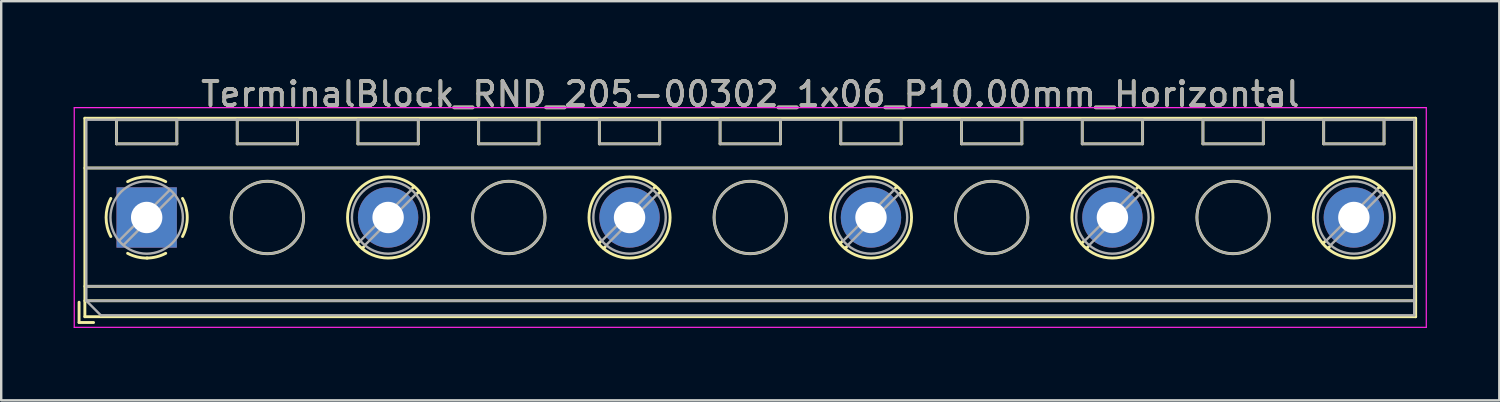
<source format=kicad_pcb>
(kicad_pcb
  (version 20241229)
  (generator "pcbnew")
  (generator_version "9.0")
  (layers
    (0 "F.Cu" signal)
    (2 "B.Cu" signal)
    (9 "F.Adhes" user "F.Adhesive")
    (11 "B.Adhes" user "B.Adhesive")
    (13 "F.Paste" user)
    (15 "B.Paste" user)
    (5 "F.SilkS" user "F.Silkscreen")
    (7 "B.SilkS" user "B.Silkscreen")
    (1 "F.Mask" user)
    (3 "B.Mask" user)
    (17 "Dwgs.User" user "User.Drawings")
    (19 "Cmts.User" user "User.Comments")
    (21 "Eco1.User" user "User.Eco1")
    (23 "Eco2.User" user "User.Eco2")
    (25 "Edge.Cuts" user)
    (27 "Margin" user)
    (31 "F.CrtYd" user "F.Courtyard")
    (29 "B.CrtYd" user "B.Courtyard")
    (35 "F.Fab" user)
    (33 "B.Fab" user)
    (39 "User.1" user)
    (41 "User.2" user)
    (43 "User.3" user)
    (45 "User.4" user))
  (footprint "TerminalBlock_RND_205-00302_1x06_P10.00mm_Horizontal"
    (layer "F.Cu")
    (at 3.025 5.958)
    (property "Reference" "TerminalBlock_RND_205-00302_1x06_P10.00mm_Horizontal" (at 25 -5.11 0) (layer "F.SilkS") (effects (font (size 1 1) (thickness 0.15))))
    (attr through_hole)
    (fp_line (start -2.8 3.51) (end -2.8 4.35) (stroke (width 0.12) (type solid)) (layer "F.SilkS"))
    (fp_line (start -2.8 4.35) (end -2.2 4.35) (stroke (width 0.12) (type solid)) (layer "F.SilkS"))
    (fp_line (start -2.56 -4.11) (end -2.56 4.11) (stroke (width 0.12) (type solid)) (layer "F.SilkS"))
    (fp_line (start -2.56 -4.11) (end 52.56 -4.11) (stroke (width 0.12) (type solid)) (layer "F.SilkS"))
    (fp_line (start -2.56 -2.05) (end 52.56 -2.05) (stroke (width 0.12) (type solid)) (layer "F.SilkS"))
    (fp_line (start -2.56 2.85) (end 52.56 2.85) (stroke (width 0.12) (type solid)) (layer "F.SilkS"))
    (fp_line (start -2.56 3.45) (end 52.56 3.45) (stroke (width 0.12) (type solid)) (layer "F.SilkS"))
    (fp_line (start -2.56 4.11) (end 52.56 4.11) (stroke (width 0.12) (type solid)) (layer "F.SilkS"))
    (fp_line (start -1.25 -4.05) (end -1.25 -3.05) (stroke (width 0.12) (type solid)) (layer "F.SilkS"))
    (fp_line (start -1.25 -4.05) (end 1.25 -4.05) (stroke (width 0.12) (type solid)) (layer "F.SilkS"))
    (fp_line (start -1.25 -3.05) (end 1.25 -3.05) (stroke (width 0.12) (type solid)) (layer "F.SilkS"))
    (fp_line (start 1.25 -4.05) (end 1.25 -3.05) (stroke (width 0.12) (type solid)) (layer "F.SilkS"))
    (fp_line (start 3.75 -4.05) (end 3.75 -3.05) (stroke (width 0.12) (type solid)) (layer "F.SilkS"))
    (fp_line (start 3.75 -4.05) (end 6.25 -4.05) (stroke (width 0.12) (type solid)) (layer "F.SilkS"))
    (fp_line (start 3.75 -3.05) (end 6.25 -3.05) (stroke (width 0.12) (type solid)) (layer "F.SilkS"))
    (fp_line (start 6.25 -4.05) (end 6.25 -3.05) (stroke (width 0.12) (type solid)) (layer "F.SilkS"))
    (fp_line (start 8.75 -4.05) (end 8.75 -3.05) (stroke (width 0.12) (type solid)) (layer "F.SilkS"))
    (fp_line (start 8.75 -4.05) (end 11.25 -4.05) (stroke (width 0.12) (type solid)) (layer "F.SilkS"))
    (fp_line (start 8.75 -3.05) (end 11.25 -3.05) (stroke (width 0.12) (type solid)) (layer "F.SilkS"))
    (fp_line (start 8.82 0.976) (end 8.726 1.069) (stroke (width 0.12) (type solid)) (layer "F.SilkS"))
    (fp_line (start 8.99 1.216) (end 8.931 1.274) (stroke (width 0.12) (type solid)) (layer "F.SilkS"))
    (fp_line (start 11.07 -1.275) (end 11.011 -1.216) (stroke (width 0.12) (type solid)) (layer "F.SilkS"))
    (fp_line (start 11.25 -4.05) (end 11.25 -3.05) (stroke (width 0.12) (type solid)) (layer "F.SilkS"))
    (fp_line (start 11.275 -1.069) (end 11.181 -0.976) (stroke (width 0.12) (type solid)) (layer "F.SilkS"))
    (fp_line (start 13.75 -4.05) (end 13.75 -3.05) (stroke (width 0.12) (type solid)) (layer "F.SilkS"))
    (fp_line (start 13.75 -4.05) (end 16.25 -4.05) (stroke (width 0.12) (type solid)) (layer "F.SilkS"))
    (fp_line (start 13.75 -3.05) (end 16.25 -3.05) (stroke (width 0.12) (type solid)) (layer "F.SilkS"))
    (fp_line (start 16.25 -4.05) (end 16.25 -3.05) (stroke (width 0.12) (type solid)) (layer "F.SilkS"))
    (fp_line (start 18.75 -4.05) (end 18.75 -3.05) (stroke (width 0.12) (type solid)) (layer "F.SilkS"))
    (fp_line (start 18.75 -4.05) (end 21.25 -4.05) (stroke (width 0.12) (type solid)) (layer "F.SilkS"))
    (fp_line (start 18.75 -3.05) (end 21.25 -3.05) (stroke (width 0.12) (type solid)) (layer "F.SilkS"))
    (fp_line (start 18.82 0.976) (end 18.726 1.069) (stroke (width 0.12) (type solid)) (layer "F.SilkS"))
    (fp_line (start 18.99 1.216) (end 18.931 1.274) (stroke (width 0.12) (type solid)) (layer "F.SilkS"))
    (fp_line (start 21.07 -1.275) (end 21.011 -1.216) (stroke (width 0.12) (type solid)) (layer "F.SilkS"))
    (fp_line (start 21.25 -4.05) (end 21.25 -3.05) (stroke (width 0.12) (type solid)) (layer "F.SilkS"))
    (fp_line (start 21.275 -1.069) (end 21.181 -0.976) (stroke (width 0.12) (type solid)) (layer "F.SilkS"))
    (fp_line (start 23.75 -4.05) (end 23.75 -3.05) (stroke (width 0.12) (type solid)) (layer "F.SilkS"))
    (fp_line (start 23.75 -4.05) (end 26.25 -4.05) (stroke (width 0.12) (type solid)) (layer "F.SilkS"))
    (fp_line (start 23.75 -3.05) (end 26.25 -3.05) (stroke (width 0.12) (type solid)) (layer "F.SilkS"))
    (fp_line (start 26.25 -4.05) (end 26.25 -3.05) (stroke (width 0.12) (type solid)) (layer "F.SilkS"))
    (fp_line (start 28.75 -4.05) (end 28.75 -3.05) (stroke (width 0.12) (type solid)) (layer "F.SilkS"))
    (fp_line (start 28.75 -4.05) (end 31.25 -4.05) (stroke (width 0.12) (type solid)) (layer "F.SilkS"))
    (fp_line (start 28.75 -3.05) (end 31.25 -3.05) (stroke (width 0.12) (type solid)) (layer "F.SilkS"))
    (fp_line (start 28.82 0.976) (end 28.726 1.069) (stroke (width 0.12) (type solid)) (layer "F.SilkS"))
    (fp_line (start 28.99 1.216) (end 28.931 1.274) (stroke (width 0.12) (type solid)) (layer "F.SilkS"))
    (fp_line (start 31.07 -1.275) (end 31.011 -1.216) (stroke (width 0.12) (type solid)) (layer "F.SilkS"))
    (fp_line (start 31.25 -4.05) (end 31.25 -3.05) (stroke (width 0.12) (type solid)) (layer "F.SilkS"))
    (fp_line (start 31.275 -1.069) (end 31.181 -0.976) (stroke (width 0.12) (type solid)) (layer "F.SilkS"))
    (fp_line (start 33.75 -4.05) (end 33.75 -3.05) (stroke (width 0.12) (type solid)) (layer "F.SilkS"))
    (fp_line (start 33.75 -4.05) (end 36.25 -4.05) (stroke (width 0.12) (type solid)) (layer "F.SilkS"))
    (fp_line (start 33.75 -3.05) (end 36.25 -3.05) (stroke (width 0.12) (type solid)) (layer "F.SilkS"))
    (fp_line (start 36.25 -4.05) (end 36.25 -3.05) (stroke (width 0.12) (type solid)) (layer "F.SilkS"))
    (fp_line (start 38.75 -4.05) (end 38.75 -3.05) (stroke (width 0.12) (type solid)) (layer "F.SilkS"))
    (fp_line (start 38.75 -4.05) (end 41.25 -4.05) (stroke (width 0.12) (type solid)) (layer "F.SilkS"))
    (fp_line (start 38.75 -3.05) (end 41.25 -3.05) (stroke (width 0.12) (type solid)) (layer "F.SilkS"))
    (fp_line (start 38.82 0.976) (end 38.726 1.069) (stroke (width 0.12) (type solid)) (layer "F.SilkS"))
    (fp_line (start 38.99 1.216) (end 38.931 1.274) (stroke (width 0.12) (type solid)) (layer "F.SilkS"))
    (fp_line (start 41.07 -1.275) (end 41.011 -1.216) (stroke (width 0.12) (type solid)) (layer "F.SilkS"))
    (fp_line (start 41.25 -4.05) (end 41.25 -3.05) (stroke (width 0.12) (type solid)) (layer "F.SilkS"))
    (fp_line (start 41.275 -1.069) (end 41.181 -0.976) (stroke (width 0.12) (type solid)) (layer "F.SilkS"))
    (fp_line (start 43.75 -4.05) (end 43.75 -3.05) (stroke (width 0.12) (type solid)) (layer "F.SilkS"))
    (fp_line (start 43.75 -4.05) (end 46.25 -4.05) (stroke (width 0.12) (type solid)) (layer "F.SilkS"))
    (fp_line (start 43.75 -3.05) (end 46.25 -3.05) (stroke (width 0.12) (type solid)) (layer "F.SilkS"))
    (fp_line (start 46.25 -4.05) (end 46.25 -3.05) (stroke (width 0.12) (type solid)) (layer "F.SilkS"))
    (fp_line (start 48.75 -4.05) (end 48.75 -3.05) (stroke (width 0.12) (type solid)) (layer "F.SilkS"))
    (fp_line (start 48.75 -4.05) (end 51.25 -4.05) (stroke (width 0.12) (type solid)) (layer "F.SilkS"))
    (fp_line (start 48.75 -3.05) (end 51.25 -3.05) (stroke (width 0.12) (type solid)) (layer "F.SilkS"))
    (fp_line (start 48.82 0.976) (end 48.726 1.069) (stroke (width 0.12) (type solid)) (layer "F.SilkS"))
    (fp_line (start 48.99 1.216) (end 48.931 1.274) (stroke (width 0.12) (type solid)) (layer "F.SilkS"))
    (fp_line (start 51.07 -1.275) (end 51.011 -1.216) (stroke (width 0.12) (type solid)) (layer "F.SilkS"))
    (fp_line (start 51.25 -4.05) (end 51.25 -3.05) (stroke (width 0.12) (type solid)) (layer "F.SilkS"))
    (fp_line (start 51.275 -1.069) (end 51.181 -0.976) (stroke (width 0.12) (type solid)) (layer "F.SilkS"))
    (fp_line (start 52.56 -4.11) (end 52.56 4.11) (stroke (width 0.12) (type solid)) (layer "F.SilkS"))
    (fp_arc (start -1.483953 0.789089) (mid -1.680708 0.00005) (end -1.484 -0.789) (stroke (width 0.12) (type solid)) (layer "F.SilkS"))
    (fp_arc (start -0.789089 -1.483953) (mid -0.00005 -1.680708) (end 0.789 -1.484) (stroke (width 0.12) (type solid)) (layer "F.SilkS"))
    (fp_arc (start 0.029383 1.68045) (mid -0.392304 1.634281) (end -0.789 1.484) (stroke (width 0.12) (type solid)) (layer "F.SilkS"))
    (fp_arc (start 0.788712 1.483352) (mid 0.406429 1.630097) (end 0 1.68) (stroke (width 0.12) (type solid)) (layer "F.SilkS"))
    (fp_arc (start 1.483953 -0.789089) (mid 1.680708 -0.00005) (end 1.484 0.789) (stroke (width 0.12) (type solid)) (layer "F.SilkS"))
    (fp_circle (center 5 0) (end 6.5 0) (stroke (width 0.12) (type solid)) (fill no) (layer "F.SilkS"))
    (fp_circle (center 10 0) (end 11.68 0) (stroke (width 0.12) (type solid)) (fill no) (layer "F.SilkS"))
    (fp_circle (center 15 0) (end 16.5 0) (stroke (width 0.12) (type solid)) (fill no) (layer "F.SilkS"))
    (fp_circle (center 20 0) (end 21.68 0) (stroke (width 0.12) (type solid)) (fill no) (layer "F.SilkS"))
    (fp_circle (center 25 0) (end 26.5 0) (stroke (width 0.12) (type solid)) (fill no) (layer "F.SilkS"))
    (fp_circle (center 30 0) (end 31.68 0) (stroke (width 0.12) (type solid)) (fill no) (layer "F.SilkS"))
    (fp_circle (center 35 0) (end 36.5 0) (stroke (width 0.12) (type solid)) (fill no) (layer "F.SilkS"))
    (fp_circle (center 40 0) (end 41.68 0) (stroke (width 0.12) (type solid)) (fill no) (layer "F.SilkS"))
    (fp_circle (center 45 0) (end 46.5 0) (stroke (width 0.12) (type solid)) (fill no) (layer "F.SilkS"))
    (fp_circle (center 50 0) (end 51.68 0) (stroke (width 0.12) (type solid)) (fill no) (layer "F.SilkS"))
    (fp_line (start -3 -4.55) (end -3 4.55) (stroke (width 0.05) (type solid)) (layer "F.CrtYd"))
    (fp_line (start -3 4.55) (end 53 4.55) (stroke (width 0.05) (type solid)) (layer "F.CrtYd"))
    (fp_line (start 53 -4.55) (end -3 -4.55) (stroke (width 0.05) (type solid)) (layer "F.CrtYd"))
    (fp_line (start 53 4.55) (end 53 -4.55) (stroke (width 0.05) (type solid)) (layer "F.CrtYd"))
    (fp_line (start -2.5 -4.05) (end 52.5 -4.05) (stroke (width 0.1) (type solid)) (layer "F.Fab"))
    (fp_line (start -2.5 -2.05) (end 52.5 -2.05) (stroke (width 0.1) (type solid)) (layer "F.Fab"))
    (fp_line (start -2.5 2.85) (end 52.5 2.85) (stroke (width 0.1) (type solid)) (layer "F.Fab"))
    (fp_line (start -2.5 3.45) (end -2.5 -4.05) (stroke (width 0.1) (type solid)) (layer "F.Fab"))
    (fp_line (start -2.5 3.45) (end 52.5 3.45) (stroke (width 0.1) (type solid)) (layer "F.Fab"))
    (fp_line (start -1.9 4.05) (end -2.5 3.45) (stroke (width 0.1) (type solid)) (layer "F.Fab"))
    (fp_line (start -1.25 -4.05) (end -1.25 -3.05) (stroke (width 0.1) (type solid)) (layer "F.Fab"))
    (fp_line (start -1.25 -3.05) (end 1.25 -3.05) (stroke (width 0.1) (type solid)) (layer "F.Fab"))
    (fp_line (start 0.955 -1.138) (end -1.138 0.955) (stroke (width 0.1) (type solid)) (layer "F.Fab"))
    (fp_line (start 1.138 -0.955) (end -0.955 1.138) (stroke (width 0.1) (type solid)) (layer "F.Fab"))
    (fp_line (start 1.25 -4.05) (end -1.25 -4.05) (stroke (width 0.1) (type solid)) (layer "F.Fab"))
    (fp_line (start 1.25 -3.05) (end 1.25 -4.05) (stroke (width 0.1) (type solid)) (layer "F.Fab"))
    (fp_line (start 3.75 -4.05) (end 3.75 -3.05) (stroke (width 0.1) (type solid)) (layer "F.Fab"))
    (fp_line (start 3.75 -3.05) (end 6.25 -3.05) (stroke (width 0.1) (type solid)) (layer "F.Fab"))
    (fp_line (start 6.25 -4.05) (end 3.75 -4.05) (stroke (width 0.1) (type solid)) (layer "F.Fab"))
    (fp_line (start 6.25 -3.05) (end 6.25 -4.05) (stroke (width 0.1) (type solid)) (layer "F.Fab"))
    (fp_line (start 8.75 -4.05) (end 8.75 -3.05) (stroke (width 0.1) (type solid)) (layer "F.Fab"))
    (fp_line (start 8.75 -3.05) (end 11.25 -3.05) (stroke (width 0.1) (type solid)) (layer "F.Fab"))
    (fp_line (start 10.955 -1.138) (end 8.863 0.955) (stroke (width 0.1) (type solid)) (layer "F.Fab"))
    (fp_line (start 11.138 -0.955) (end 9.046 1.138) (stroke (width 0.1) (type solid)) (layer "F.Fab"))
    (fp_line (start 11.25 -4.05) (end 8.75 -4.05) (stroke (width 0.1) (type solid)) (layer "F.Fab"))
    (fp_line (start 11.25 -3.05) (end 11.25 -4.05) (stroke (width 0.1) (type solid)) (layer "F.Fab"))
    (fp_line (start 13.75 -4.05) (end 13.75 -3.05) (stroke (width 0.1) (type solid)) (layer "F.Fab"))
    (fp_line (start 13.75 -3.05) (end 16.25 -3.05) (stroke (width 0.1) (type solid)) (layer "F.Fab"))
    (fp_line (start 16.25 -4.05) (end 13.75 -4.05) (stroke (width 0.1) (type solid)) (layer "F.Fab"))
    (fp_line (start 16.25 -3.05) (end 16.25 -4.05) (stroke (width 0.1) (type solid)) (layer "F.Fab"))
    (fp_line (start 18.75 -4.05) (end 18.75 -3.05) (stroke (width 0.1) (type solid)) (layer "F.Fab"))
    (fp_line (start 18.75 -3.05) (end 21.25 -3.05) (stroke (width 0.1) (type solid)) (layer "F.Fab"))
    (fp_line (start 20.955 -1.138) (end 18.863 0.955) (stroke (width 0.1) (type solid)) (layer "F.Fab"))
    (fp_line (start 21.138 -0.955) (end 19.046 1.138) (stroke (width 0.1) (type solid)) (layer "F.Fab"))
    (fp_line (start 21.25 -4.05) (end 18.75 -4.05) (stroke (width 0.1) (type solid)) (layer "F.Fab"))
    (fp_line (start 21.25 -3.05) (end 21.25 -4.05) (stroke (width 0.1) (type solid)) (layer "F.Fab"))
    (fp_line (start 23.75 -4.05) (end 23.75 -3.05) (stroke (width 0.1) (type solid)) (layer "F.Fab"))
    (fp_line (start 23.75 -3.05) (end 26.25 -3.05) (stroke (width 0.1) (type solid)) (layer "F.Fab"))
    (fp_line (start 26.25 -4.05) (end 23.75 -4.05) (stroke (width 0.1) (type solid)) (layer "F.Fab"))
    (fp_line (start 26.25 -3.05) (end 26.25 -4.05) (stroke (width 0.1) (type solid)) (layer "F.Fab"))
    (fp_line (start 28.75 -4.05) (end 28.75 -3.05) (stroke (width 0.1) (type solid)) (layer "F.Fab"))
    (fp_line (start 28.75 -3.05) (end 31.25 -3.05) (stroke (width 0.1) (type solid)) (layer "F.Fab"))
    (fp_line (start 30.955 -1.138) (end 28.863 0.955) (stroke (width 0.1) (type solid)) (layer "F.Fab"))
    (fp_line (start 31.138 -0.955) (end 29.046 1.138) (stroke (width 0.1) (type solid)) (layer "F.Fab"))
    (fp_line (start 31.25 -4.05) (end 28.75 -4.05) (stroke (width 0.1) (type solid)) (layer "F.Fab"))
    (fp_line (start 31.25 -3.05) (end 31.25 -4.05) (stroke (width 0.1) (type solid)) (layer "F.Fab"))
    (fp_line (start 33.75 -4.05) (end 33.75 -3.05) (stroke (width 0.1) (type solid)) (layer "F.Fab"))
    (fp_line (start 33.75 -3.05) (end 36.25 -3.05) (stroke (width 0.1) (type solid)) (layer "F.Fab"))
    (fp_line (start 36.25 -4.05) (end 33.75 -4.05) (stroke (width 0.1) (type solid)) (layer "F.Fab"))
    (fp_line (start 36.25 -3.05) (end 36.25 -4.05) (stroke (width 0.1) (type solid)) (layer "F.Fab"))
    (fp_line (start 38.75 -4.05) (end 38.75 -3.05) (stroke (width 0.1) (type solid)) (layer "F.Fab"))
    (fp_line (start 38.75 -3.05) (end 41.25 -3.05) (stroke (width 0.1) (type solid)) (layer "F.Fab"))
    (fp_line (start 40.955 -1.138) (end 38.863 0.955) (stroke (width 0.1) (type solid)) (layer "F.Fab"))
    (fp_line (start 41.138 -0.955) (end 39.046 1.138) (stroke (width 0.1) (type solid)) (layer "F.Fab"))
    (fp_line (start 41.25 -4.05) (end 38.75 -4.05) (stroke (width 0.1) (type solid)) (layer "F.Fab"))
    (fp_line (start 41.25 -3.05) (end 41.25 -4.05) (stroke (width 0.1) (type solid)) (layer "F.Fab"))
    (fp_line (start 43.75 -4.05) (end 43.75 -3.05) (stroke (width 0.1) (type solid)) (layer "F.Fab"))
    (fp_line (start 43.75 -3.05) (end 46.25 -3.05) (stroke (width 0.1) (type solid)) (layer "F.Fab"))
    (fp_line (start 46.25 -4.05) (end 43.75 -4.05) (stroke (width 0.1) (type solid)) (layer "F.Fab"))
    (fp_line (start 46.25 -3.05) (end 46.25 -4.05) (stroke (width 0.1) (type solid)) (layer "F.Fab"))
    (fp_line (start 48.75 -4.05) (end 48.75 -3.05) (stroke (width 0.1) (type solid)) (layer "F.Fab"))
    (fp_line (start 48.75 -3.05) (end 51.25 -3.05) (stroke (width 0.1) (type solid)) (layer "F.Fab"))
    (fp_line (start 50.955 -1.138) (end 48.863 0.955) (stroke (width 0.1) (type solid)) (layer "F.Fab"))
    (fp_line (start 51.138 -0.955) (end 49.046 1.138) (stroke (width 0.1) (type solid)) (layer "F.Fab"))
    (fp_line (start 51.25 -4.05) (end 48.75 -4.05) (stroke (width 0.1) (type solid)) (layer "F.Fab"))
    (fp_line (start 51.25 -3.05) (end 51.25 -4.05) (stroke (width 0.1) (type solid)) (layer "F.Fab"))
    (fp_line (start 52.5 -4.05) (end 52.5 4.05) (stroke (width 0.1) (type solid)) (layer "F.Fab"))
    (fp_line (start 52.5 4.05) (end -1.9 4.05) (stroke (width 0.1) (type solid)) (layer "F.Fab"))
    (fp_circle (center 0 0) (end 1.5 0) (stroke (width 0.1) (type solid)) (fill no) (layer "F.Fab"))
    (fp_circle (center 5 0) (end 6.5 0) (stroke (width 0.1) (type solid)) (fill no) (layer "F.Fab"))
    (fp_circle (center 10 0) (end 11.5 0) (stroke (width 0.1) (type solid)) (fill no) (layer "F.Fab"))
    (fp_circle (center 15 0) (end 16.5 0) (stroke (width 0.1) (type solid)) (fill no) (layer "F.Fab"))
    (fp_circle (center 20 0) (end 21.5 0) (stroke (width 0.1) (type solid)) (fill no) (layer "F.Fab"))
    (fp_circle (center 25 0) (end 26.5 0) (stroke (width 0.1) (type solid)) (fill no) (layer "F.Fab"))
    (fp_circle (center 30 0) (end 31.5 0) (stroke (width 0.1) (type solid)) (fill no) (layer "F.Fab"))
    (fp_circle (center 35 0) (end 36.5 0) (stroke (width 0.1) (type solid)) (fill no) (layer "F.Fab"))
    (fp_circle (center 40 0) (end 41.5 0) (stroke (width 0.1) (type solid)) (fill no) (layer "F.Fab"))
    (fp_circle (center 45 0) (end 46.5 0) (stroke (width 0.1) (type solid)) (fill no) (layer "F.Fab"))
    (fp_circle (center 50 0) (end 51.5 0) (stroke (width 0.1) (type solid)) (fill no) (layer "F.Fab"))
    (fp_text user "${REFERENCE}" (at 25 -5.11 0) (layer "F.Fab") (effects (font (size 1 1) (thickness 0.15))))
    (pad "1" thru_hole rect (at 0 0) (size 2.5 2.5) (drill 1.3) (layers "*.Cu" "*.Mask"))
    (pad "2" thru_hole circle (at 10 0) (size 2.5 2.5) (drill 1.3) (layers "*.Cu" "*.Mask"))
    (pad "3" thru_hole circle (at 20 0) (size 2.5 2.5) (drill 1.3) (layers "*.Cu" "*.Mask"))
    (pad "4" thru_hole circle (at 30 0) (size 2.5 2.5) (drill 1.3) (layers "*.Cu" "*.Mask"))
    (pad "5" thru_hole circle (at 40 0) (size 2.5 2.5) (drill 1.3) (layers "*.Cu" "*.Mask"))
    (pad "6" thru_hole circle (at 50 0) (size 2.5 2.5) (drill 1.3) (layers "*.Cu" "*.Mask")))
  (gr_rect
    (start -3 -3)
    (end 59.05 13.533)
    (stroke (width 0.1) (type default))
    (fill no)
    (layer "Edge.Cuts")))
</source>
